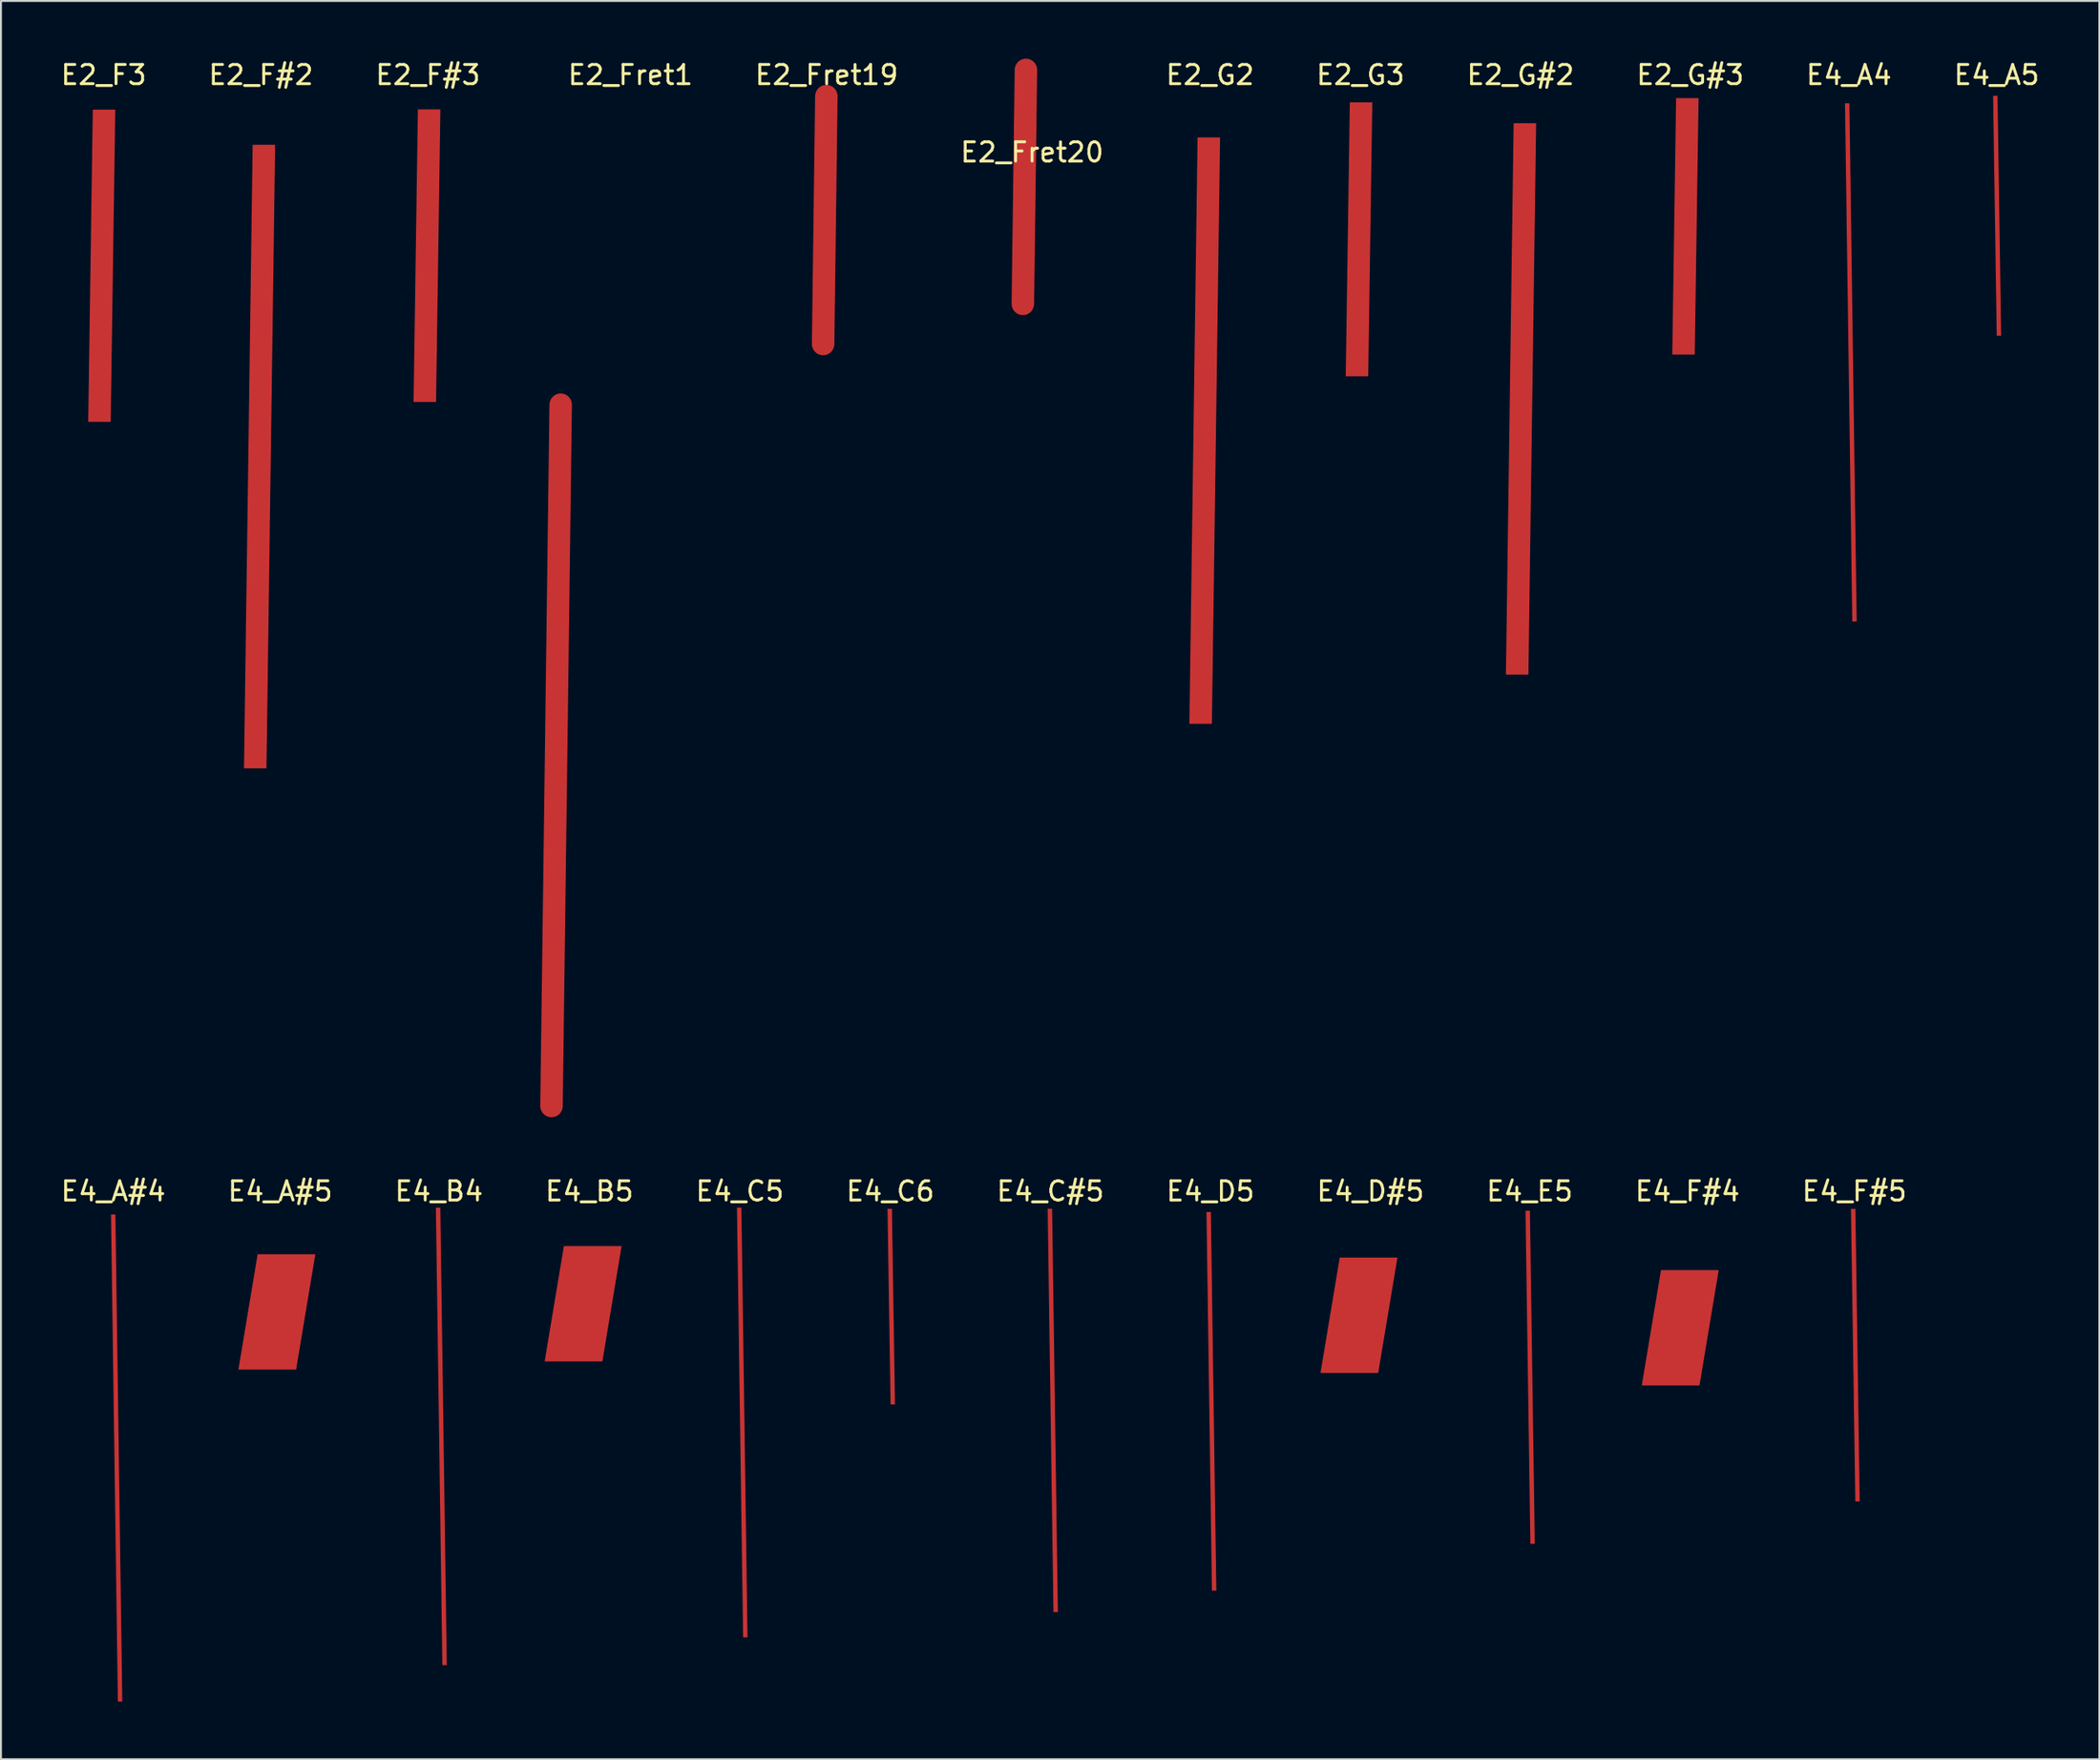
<source format=kicad_pcb>
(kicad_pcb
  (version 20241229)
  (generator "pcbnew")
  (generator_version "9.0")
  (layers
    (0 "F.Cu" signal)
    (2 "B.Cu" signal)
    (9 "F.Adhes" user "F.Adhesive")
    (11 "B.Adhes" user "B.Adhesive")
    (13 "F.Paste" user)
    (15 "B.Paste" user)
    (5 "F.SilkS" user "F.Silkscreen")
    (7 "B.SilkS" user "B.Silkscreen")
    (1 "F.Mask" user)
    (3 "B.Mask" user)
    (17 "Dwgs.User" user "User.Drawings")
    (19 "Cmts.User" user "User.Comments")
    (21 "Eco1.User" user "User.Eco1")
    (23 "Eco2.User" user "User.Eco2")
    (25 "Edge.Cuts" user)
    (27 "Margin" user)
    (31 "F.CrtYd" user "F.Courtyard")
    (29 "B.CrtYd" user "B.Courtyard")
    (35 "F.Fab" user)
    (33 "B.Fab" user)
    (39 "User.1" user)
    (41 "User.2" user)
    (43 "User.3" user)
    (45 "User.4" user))
  (footprint "E4_C#5"
    (layer "F.Cu")
    (at 51.554 58.412)
    (property "Reference" "E4_C#5" (at 0 0.5 0) (layer "F.SilkS") (effects (font (size 1 1) (thickness 0.15))))
    (attr through_hole)
    (pad "1" connect custom (at 0.125 11.9) (size 0.1 0.1) (layers "F.Cu" "F.Mask") (options (anchor rect)) (primitives (gr_poly (pts (xy -0.265 -10.491) (xy 0.036 10.491) (xy 0.265 10.491) (xy -0.036 -10.491)) (width 0) (fill yes)))))
  (footprint "E4_B4"
    (layer "F.Cu")
    (at 19.768 58.412)
    (property "Reference" "E4_B4" (at 0 0.5 0) (layer "F.SilkS") (effects (font (size 1 1) (thickness 0.15))))
    (attr through_hole)
    (pad "1" connect custom (at 0.125 13.25) (size 0.1 0.1) (layers "F.Cu" "F.Mask") (options (anchor rect)) (primitives (gr_poly (pts (xy -0.283 -11.898) (xy 0.054 11.898) (xy 0.283 11.898) (xy -0.054 -11.898)) (width 0) (fill yes)))))
  (footprint "E4_A4"
    (layer "F.Cu")
    (at 93.067 0.348)
    (property "Reference" "E4_A4" (at 0 0.5 0) (layer "F.SilkS") (effects (font (size 1 1) (thickness 0.15))))
    (attr through_hole)
    (pad "1" connect custom (at 0.1 15.45) (size 0.1 0.1) (layers "F.Cu" "F.Mask") (options (anchor rect)) (primitives (gr_poly (pts (xy -0.304 -13.478) (xy 0.075 13.478) (xy 0.304 13.478) (xy -0.075 -13.478)) (width 0) (fill yes)))))
  (footprint "E4_A#4"
    (layer "F.Cu")
    (at 2.839 58.412)
    (property "Reference" "E4_A#4" (at 0 0.5 0) (layer "F.SilkS") (effects (font (size 1 1) (thickness 0.15))))
    (attr through_hole)
    (pad "1" connect custom (at 0.175 14.375) (size 0.1 0.1) (layers "F.Cu" "F.Mask") (options (anchor rect)) (primitives (gr_poly (pts (xy -0.293 -12.665) (xy 0.064 12.665) (xy 0.293 12.665) (xy -0.064 -12.665)) (width 0) (fill yes)))))
  (footprint "E2_Fret20"
    (layer "F.Cu")
    (at 50.603 4.371)
    (property "Reference" "E2_Fret20" (at 0 0.5 0) (layer "F.SilkS") (effects (font (size 1 1) (thickness 0.15))))
    (attr through_hole)
    (pad "1" connect custom (at -0.4 2.3) (size 0.1 0.1) (layers "F.Cu" "F.Mask") (options (anchor rect)) (primitives (gr_line (start 0.08 -6.087) (end -0.08 6.087) (width 1.168)))))
  (footprint "E4_A5"
    (layer "F.Cu")
    (at 100.746 0.348)
    (property "Reference" "E4_A5" (at 0 0.5 0) (layer "F.SilkS") (effects (font (size 1 1) (thickness 0.15))))
    (attr through_hole)
    (pad "1" connect custom (at 0.025 7.825) (size 0.1 0.1) (layers "F.Cu" "F.Mask") (options (anchor rect)) (primitives (gr_poly (pts (xy -0.209 -6.239) (xy -0.02 6.239) (xy 0.209 6.239) (xy 0.02 -6.239)) (width 0) (fill yes)))))
  (footprint "E4_F#4"
    (layer "F.Cu")
    (at 84.673 58.412)
    (property "Reference" "E4_F#4" (at 0 0.5 0) (layer "F.SilkS") (effects (font (size 1 1) (thickness 0.15))))
    (attr through_hole)
    (pad "1" connect custom (at -0.375 7.6) (size 0.1 0.1) (layers "F.Cu" "F.Mask") (options (anchor rect)) (primitives (gr_poly (pts (xy -1 -3) (xy -2 3) (xy 1 3) (xy 2 -3)) (width 0) (fill yes)))))
  (footprint "E2_F#2"
    (layer "F.Cu")
    (at 10.518 0.348)
    (property "Reference" "E2_F#2" (at 0 0.5 0) (layer "F.SilkS") (effects (font (size 1 1) (thickness 0.15))))
    (attr through_hole)
    (pad "1" connect custom (at -0.075 20.35) (size 0.1 0.1) (layers "F.Cu" "F.Mask") (options (anchor rect)) (primitives (gr_poly (pts (xy -0.359 -16.217) (xy -0.809 16.217) (xy 0.359 16.217) (xy 0.809 -16.217)) (width 0) (fill yes)))))
  (footprint "E2_Fret1"
    (layer "F.Cu")
    (at 29.722 0.348)
    (property "Reference" "E2_Fret1" (at 0 0.5 0) (layer "F.SilkS") (effects (font (size 1 1) (thickness 0.15))))
    (attr through_hole)
    (pad "1" connect custom (at -3.625 17.65) (size 0.1 0.1) (layers "F.Cu" "F.Mask") (options (anchor rect)) (primitives (gr_line (start 0 0) (end -0.477 36.482) (width 1.168)))))
  (footprint "E2_Fret19"
    (layer "F.Cu")
    (at 39.924 0.348)
    (property "Reference" "E2_Fret19" (at 0 0.5 0) (layer "F.SilkS") (effects (font (size 1 1) (thickness 0.15))))
    (attr through_hole)
    (pad "1" connect custom (at -0.1 8.05) (size 0.1 0.1) (layers "F.Cu" "F.Mask") (options (anchor rect)) (primitives (gr_line (start 0.084 -6.449) (end -0.084 6.449) (width 1.168)))))
  (footprint "E4_C6"
    (layer "F.Cu")
    (at 43.232 58.412)
    (property "Reference" "E4_C6" (at 0 0.5 0) (layer "F.SilkS") (effects (font (size 1 1) (thickness 0.15))))
    (attr through_hole)
    (pad "1" connect custom (at 0.05 6.5) (size 0.1 0.1) (layers "F.Cu" "F.Mask") (options (anchor rect)) (primitives (gr_poly (pts (xy -0.194 -5.087) (xy -0.035 5.087) (xy 0.194 5.087) (xy 0.035 -5.087)) (width 0) (fill yes)))))
  (footprint "E4_E5"
    (layer "F.Cu")
    (at 76.47 58.412)
    (property "Reference" "E4_E5" (at 0 0.5 0) (layer "F.SilkS") (effects (font (size 1 1) (thickness 0.15))))
    (attr through_hole)
    (pad "1" connect custom (at 0.025 10.175) (size 0.1 0.1) (layers "F.Cu" "F.Mask") (options (anchor rect)) (primitives (gr_poly (pts (xy -0.241 -8.663) (xy 0.012 8.663) (xy 0.241 8.663) (xy -0.012 -8.663)) (width 0) (fill yes)))))
  (footprint "E4_A#5"
    (layer "F.Cu")
    (at 11.518 58.412)
    (property "Reference" "E4_A#5" (at 0 0.5 0) (layer "F.SilkS") (effects (font (size 1 1) (thickness 0.15))))
    (attr through_hole)
    (pad "1" connect custom (at -0.175 6.775) (size 0.1 0.1) (layers "F.Cu" "F.Mask") (options (anchor rect)) (primitives (gr_poly (pts (xy -1 -3) (xy -2 3) (xy 1 3) (xy 2 -3)) (width 0) (fill yes)))))
  (footprint "E2_F3"
    (layer "F.Cu")
    (at 2.339 0.348)
    (property "Reference" "E2_F3" (at 0 0.5 0) (layer "F.SilkS") (effects (font (size 1 1) (thickness 0.15))))
    (attr through_hole)
    (pad "1" connect custom (at -0.1 10.425) (size 0.1 0.1) (layers "F.Cu" "F.Mask") (options (anchor rect)) (primitives (gr_poly (pts (xy -0.465 -8.12) (xy -0.703 8.12) (xy 0.465 8.12) (xy 0.703 -8.12)) (width 0) (fill yes)))))
  (footprint "E4_B5"
    (layer "F.Cu")
    (at 27.589 58.412)
    (property "Reference" "E4_B5" (at 0 0.5 0) (layer "F.SilkS") (effects (font (size 1 1) (thickness 0.15))))
    (attr through_hole)
    (pad "1" connect custom (at -0.325 6.35) (size 0.1 0.1) (layers "F.Cu" "F.Mask") (options (anchor rect)) (primitives (gr_poly (pts (xy -1 -3) (xy -2 3) (xy 1 3) (xy 2 -3)) (width 0) (fill yes)))))
  (footprint "E4_D#5"
    (layer "F.Cu")
    (at 68.196 58.412)
    (property "Reference" "E4_D#5" (at 0 0.5 0) (layer "F.SilkS") (effects (font (size 1 1) (thickness 0.15))))
    (attr through_hole)
    (pad "1" connect custom (at -0.6 6.95) (size 0.1 0.1) (layers "F.Cu" "F.Mask") (options (anchor rect)) (primitives (gr_poly (pts (xy -1 -3) (xy -2 3) (xy 1 3) (xy 2 -3)) (width 0) (fill yes)))))
  (footprint "E4_D5"
    (layer "F.Cu")
    (at 59.875 58.412)
    (property "Reference" "E4_D5" (at 0 0.5 0) (layer "F.SilkS") (effects (font (size 1 1) (thickness 0.15))))
    (attr through_hole)
    (pad "1" connect custom (at 0.05 11.425) (size 0.1 0.1) (layers "F.Cu" "F.Mask") (options (anchor rect)) (primitives (gr_poly (pts (xy -0.256 -9.846) (xy 0.028 9.846) (xy 0.256 9.846) (xy -0.028 -9.846)) (width 0) (fill yes)))))
  (footprint "E2_G2"
    (layer "F.Cu")
    (at 59.853 0.348)
    (property "Reference" "E2_G2" (at 0 0.5 0) (layer "F.SilkS") (effects (font (size 1 1) (thickness 0.15))))
    (attr through_hole)
    (pad "1" connect custom (at -0.275 19) (size 0.1 0.1) (layers "F.Cu" "F.Mask") (options (anchor rect)) (primitives (gr_poly (pts (xy -0.372 -15.251) (xy -0.797 15.251) (xy 0.372 15.251) (xy 0.797 -15.251)) (width 0) (fill yes)))))
  (footprint "E4_F#5"
    (layer "F.Cu")
    (at 93.351 58.412)
    (property "Reference" "E4_F#5" (at 0 0.5 0) (layer "F.SilkS") (effects (font (size 1 1) (thickness 0.15))))
    (attr through_hole)
    (pad "1" connect custom (at 0.05 9.025) (size 0.1 0.1) (layers "F.Cu" "F.Mask") (options (anchor rect)) (primitives (gr_poly (pts (xy -0.227 -7.609) (xy -0.002 7.609) (xy 0.227 7.609) (xy 0.002 -7.609)) (width 0) (fill yes)))))
  (footprint "E2_F#3"
    (layer "F.Cu")
    (at 19.196 0.348)
    (property "Reference" "E2_F#3" (at 0 0.5 0) (layer "F.SilkS") (effects (font (size 1 1) (thickness 0.15))))
    (attr through_hole)
    (pad "1" connect custom (at -0.05 9.9) (size 0.1 0.1) (layers "F.Cu" "F.Mask") (options (anchor rect)) (primitives (gr_poly (pts (xy -0.472 -7.609) (xy -0.697 7.609) (xy 0.472 7.609) (xy 0.697 -7.609)) (width 0) (fill yes)))))
  (footprint "E2_G3"
    (layer "F.Cu")
    (at 67.674 0.348)
    (property "Reference" "E2_G3" (at 0 0.5 0) (layer "F.SilkS") (effects (font (size 1 1) (thickness 0.15))))
    (attr through_hole)
    (pad "1" connect custom (at -0.075 9.05) (size 0.1 0.1) (layers "F.Cu" "F.Mask") (options (anchor rect)) (primitives (gr_poly (pts (xy -0.478 -7.125) (xy -0.69 7.125) (xy 0.478 7.125) (xy 0.69 -7.125)) (width 0) (fill yes)))))
  (footprint "E4_C5"
    (layer "F.Cu")
    (at 35.411 58.412)
    (property "Reference" "E4_C5" (at 0 0.5 0) (layer "F.SilkS") (effects (font (size 1 1) (thickness 0.15))))
    (attr through_hole)
    (pad "1" connect custom (at 0.125 12.525) (size 0.1 0.1) (layers "F.Cu" "F.Mask") (options (anchor rect)) (primitives (gr_poly (pts (xy -0.274 -11.174) (xy 0.045 11.174) (xy 0.274 11.174) (xy -0.045 -11.174)) (width 0) (fill yes)))))
  (footprint "E2_G#3"
    (layer "F.Cu")
    (at 84.817 0.348)
    (property "Reference" "E2_G#3" (at 0 0.5 0) (layer "F.SilkS") (effects (font (size 1 1) (thickness 0.15))))
    (attr through_hole)
    (pad "1" connect custom (at -0.25 8.375) (size 0.1 0.1) (layers "F.Cu" "F.Mask") (options (anchor rect)) (primitives (gr_poly (pts (xy -0.484 -6.669) (xy -0.684 6.669) (xy 0.484 6.669) (xy 0.684 -6.669)) (width 0) (fill yes)))))
  (footprint "E2_G#2"
    (layer "F.Cu")
    (at 75.996 0.348)
    (property "Reference" "E2_G#2" (at 0 0.5 0) (layer "F.SilkS") (effects (font (size 1 1) (thickness 0.15))))
    (attr through_hole)
    (pad "1" connect custom (at 0.025 17.35) (size 0.1 0.1) (layers "F.Cu" "F.Mask") (options (anchor rect)) (primitives (gr_poly (pts (xy -0.384 -14.339) (xy -0.785 14.339) (xy 0.384 14.339) (xy 0.785 -14.339)) (width 0) (fill yes)))))
  (gr_rect
    (start -3 -3)
    (end 106.085 88.453)
    (stroke (width 0.1) (type default))
    (fill no)
    (layer "Edge.Cuts")))
</source>
